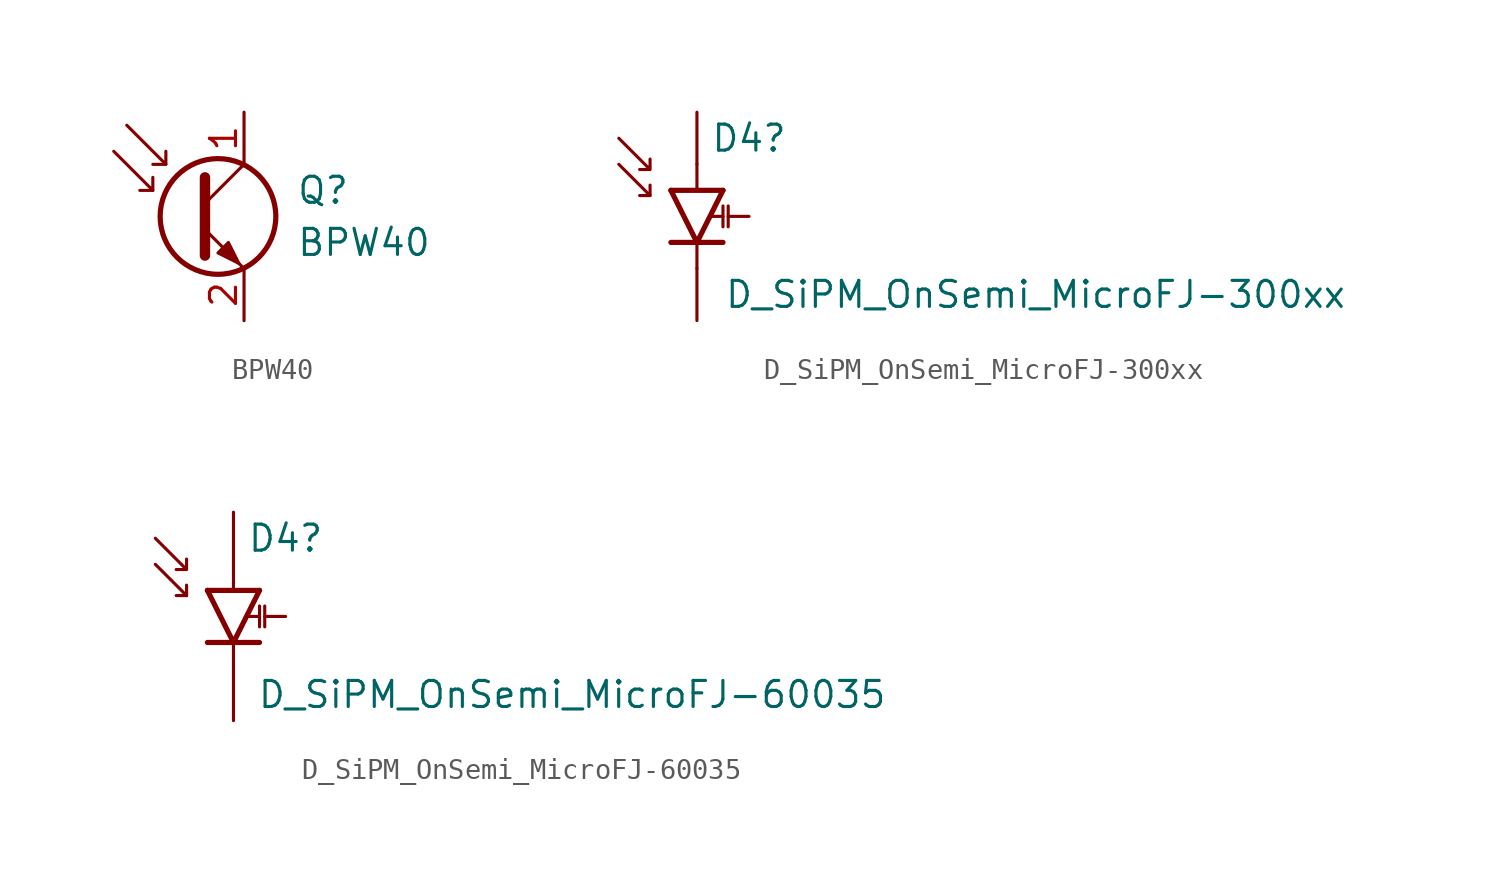
<source format=kicad_sym>
(kicad_symbol_lib
  (version 20241209)
  (generator "kicad_symbol_editor")
  (generator_version "9.0")
  (symbol "BPW40"
    (pin_names
      (offset 0)
      (hide yes))
    (property "Reference" "Q"
      (at 5.08 1.27 0)
      (effects (font (size 1.27 1.27)) (justify left)))
    (property "Value" "BPW40"
      (at 5.08 -1.27 0)
      (effects (font (size 1.27 1.27)) (justify left)))
    (symbol "BPW40_0_1"
      (polyline (pts (xy -3.81 3.175) (xy -1.905 1.27) (xy -1.905 1.905)) (stroke (width 0) (type default)) (fill (type none)))
      (polyline (pts (xy -3.175 4.445) (xy -1.27 2.54) (xy -1.27 3.175)) (stroke (width 0) (type default)) (fill (type none)))
      (polyline (pts (xy -1.905 1.27) (xy -2.54 1.27)) (stroke (width 0) (type default)) (fill (type none)))
      (polyline (pts (xy -1.27 2.54) (xy -1.905 2.54)) (stroke (width 0) (type default)) (fill (type none)))
      (polyline (pts (xy 0.635 1.905) (xy 0.635 -1.905)) (stroke (width 0.508) (type default)) (fill (type none)))
      (polyline (pts (xy 0.635 0.635) (xy 2.54 2.54)) (stroke (width 0) (type default)) (fill (type none)))
      (polyline (pts (xy 0.635 -0.635) (xy 2.54 -2.54)) (stroke (width 0) (type default)) (fill (type none)))
      (circle (center 1.27 0) (radius 2.819) (stroke (width 0.254) (type default)) (fill (type none)))
      (polyline (pts (xy 1.27 -1.778) (xy 1.778 -1.27) (xy 2.286 -2.286) (xy 1.27 -1.778)) (stroke (width 0) (type default)) (fill (type outline))))
    (symbol "BPW40_1_1"
      (pin passive line (at 2.54 5.08 270) (length 2.54) (name "C" (effects (font (size 1.27 1.27)))) (number "1" (effects (font (size 1.27 1.27)))))
      (pin passive line (at 2.54 -5.08 90) (length 2.54) (name "E" (effects (font (size 1.27 1.27)))) (number "2" (effects (font (size 1.27 1.27)))))))
  (symbol "D_SiPM_OnSemi_MicroFJ-300xx"
    (pin_numbers
      (hide yes))
    (pin_names
      (hide yes))
    (property "Reference" "D4"
      (at 2.54 3.81 0)
      (effects (font (size 1.27 1.27))))
    (property "Value" "D_SiPM_OnSemi_MicroFJ-300xx"
      (at 16.51 -3.81 0)
      (effects (font (size 1.27 1.27))))
    (symbol "D_SiPM_OnSemi_MicroFJ-300xx_0_1"
      (polyline (pts (xy -3.81 3.81) (xy -2.286 2.286) (xy -2.794 2.286) (xy -2.286 2.286) (xy -2.286 2.794)) (stroke (width 0) (type default)) (fill (type none)))
      (polyline (pts (xy -3.81 2.54) (xy -2.286 1.016) (xy -2.794 1.016)) (stroke (width 0) (type default)) (fill (type none)))
      (polyline (pts (xy -2.286 1.016) (xy -2.286 1.524)) (stroke (width 0) (type default)) (fill (type none)))
      (polyline (pts (xy -1.27 1.27) (xy 1.27 1.27)) (stroke (width 0.254) (type default)) (fill (type none)))
      (polyline (pts (xy -1.27 1.27) (xy 0 -1.27) (xy 1.27 1.27)) (stroke (width 0.254) (type default)) (fill (type none)))
      (polyline (pts (xy -1.27 -1.27) (xy 1.27 -1.27)) (stroke (width 0.254) (type default)) (fill (type none)))
      (polyline (pts (xy 0 1.27) (xy 0 2.54)) (stroke (width 0) (type default)) (fill (type none)))
      (polyline (pts (xy 0 -2.54) (xy 0 -1.27)) (stroke (width 0) (type default)) (fill (type none)))
      (polyline (pts (xy 1.27 0) (xy 0.762 0)) (stroke (width 0) (type default)) (fill (type none)))
      (polyline (pts (xy 1.27 -0.508) (xy 1.27 0.508)) (stroke (width 0) (type default)) (fill (type none)))
      (polyline (pts (xy 1.524 -0.508) (xy 1.524 0.508)) (stroke (width 0) (type default)) (fill (type none))))
    (symbol "D_SiPM_OnSemi_MicroFJ-300xx_1_1"
      (pin passive line (at 0 5.08 270) (length 2.54) (name "A" (effects (font (size 1.27 1.27)))) (number "B1" (effects (font (size 1.27 1.27)))))
      (pin passive line (at 0 -5.08 90) (length 2.54) (name "C" (effects (font (size 1.27 1.27)))) (number "A1" (effects (font (size 1.27 1.27)))))
      (pin passive line (at 0 -5.08 90) (length 2.54) (hide yes) (name "C" (effects (font (size 1.27 1.27)))) (number "C3" (effects (font (size 1.27 1.27)))))
      (pin passive line (at 2.54 0 180) (length 1.016) (name "F" (effects (font (size 1.27 1.27)))) (number "B3" (effects (font (size 1.27 1.27)))))))
  (symbol "D_SiPM_OnSemi_MicroFJ-60035"
    (pin_numbers
      (hide yes))
    (pin_names
      (hide yes))
    (property "Reference" "D4"
      (at 2.54 3.81 0)
      (effects (font (size 1.27 1.27))))
    (property "Value" "D_SiPM_OnSemi_MicroFJ-60035"
      (at 16.51 -3.81 0)
      (effects (font (size 1.27 1.27))))
    (symbol "D_SiPM_OnSemi_MicroFJ-60035_0_1"
      (polyline (pts (xy -3.81 3.81) (xy -2.286 2.286) (xy -2.794 2.286) (xy -2.286 2.286) (xy -2.286 2.794)) (stroke (width 0) (type default)) (fill (type none)))
      (polyline (pts (xy -3.81 2.54) (xy -2.286 1.016) (xy -2.794 1.016)) (stroke (width 0) (type default)) (fill (type none)))
      (polyline (pts (xy -2.286 1.016) (xy -2.286 1.524)) (stroke (width 0) (type default)) (fill (type none)))
      (polyline (pts (xy -1.27 1.27) (xy 1.27 1.27)) (stroke (width 0.254) (type default)) (fill (type none)))
      (polyline (pts (xy -1.27 1.27) (xy 0 -1.27) (xy 1.27 1.27)) (stroke (width 0.254) (type default)) (fill (type none)))
      (polyline (pts (xy -1.27 -1.27) (xy 1.27 -1.27)) (stroke (width 0.254) (type default)) (fill (type none)))
      (polyline (pts (xy 0 1.27) (xy 0 2.54)) (stroke (width 0) (type default)) (fill (type none)))
      (polyline (pts (xy 0 -2.54) (xy 0 -1.27)) (stroke (width 0) (type default)) (fill (type none)))
      (polyline (pts (xy 1.27 0) (xy 0.762 0)) (stroke (width 0) (type default)) (fill (type none)))
      (polyline (pts (xy 1.27 -0.508) (xy 1.27 0.508)) (stroke (width 0) (type default)) (fill (type none)))
      (polyline (pts (xy 1.524 -0.508) (xy 1.524 0.508)) (stroke (width 0) (type default)) (fill (type none))))
    (symbol "D_SiPM_OnSemi_MicroFJ-60035_1_1"
      (pin passive line (at 0 5.08 270) (length 2.54) (name "A" (effects (font (size 1.27 1.27)))) (number "C1" (effects (font (size 1.27 1.27)))))
      (pin passive line (at 0 5.08 270) (length 2.54) (hide yes) (name "A" (effects (font (size 1.27 1.27)))) (number "D1" (effects (font (size 1.27 1.27)))))
      (pin passive line (at 0 -5.08 90) (length 2.54) (name "C" (effects (font (size 1.27 1.27)))) (number "A1" (effects (font (size 1.27 1.27)))))
      (pin passive line (at 0 -5.08 90) (length 2.54) (hide yes) (name "C" (effects (font (size 1.27 1.27)))) (number "F6" (effects (font (size 1.27 1.27)))))
      (pin passive line (at 2.54 0 180) (length 1.016) (name "F" (effects (font (size 1.27 1.27)))) (number "C6" (effects (font (size 1.27 1.27)))))
      (pin passive line (at 2.54 0 180) (length 1.016) (hide yes) (name "F" (effects (font (size 1.27 1.27)))) (number "D6" (effects (font (size 1.27 1.27))))))))
</source>
